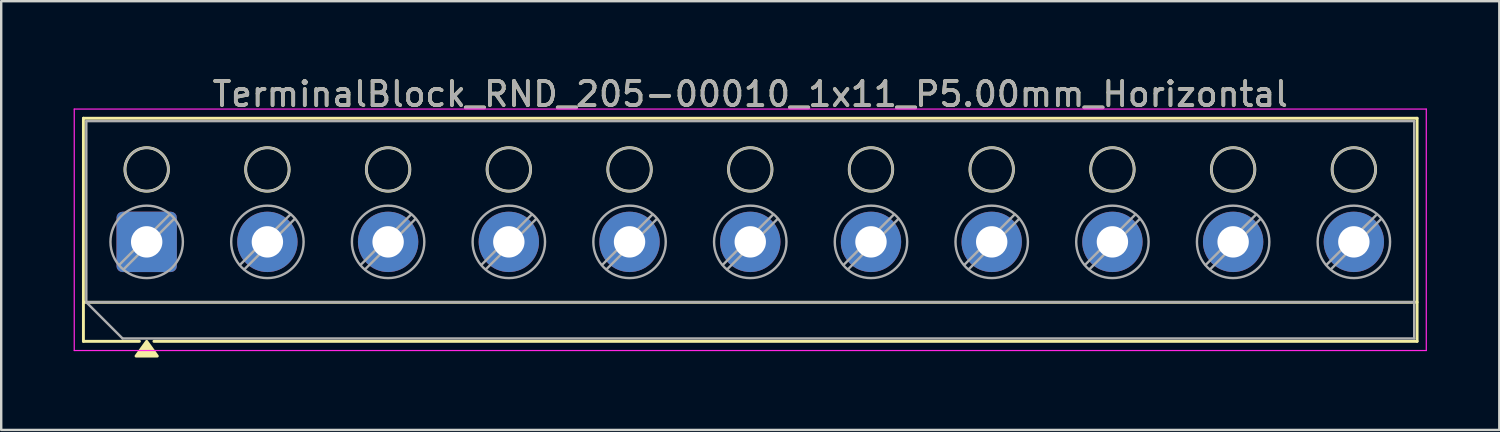
<source format=kicad_pcb>
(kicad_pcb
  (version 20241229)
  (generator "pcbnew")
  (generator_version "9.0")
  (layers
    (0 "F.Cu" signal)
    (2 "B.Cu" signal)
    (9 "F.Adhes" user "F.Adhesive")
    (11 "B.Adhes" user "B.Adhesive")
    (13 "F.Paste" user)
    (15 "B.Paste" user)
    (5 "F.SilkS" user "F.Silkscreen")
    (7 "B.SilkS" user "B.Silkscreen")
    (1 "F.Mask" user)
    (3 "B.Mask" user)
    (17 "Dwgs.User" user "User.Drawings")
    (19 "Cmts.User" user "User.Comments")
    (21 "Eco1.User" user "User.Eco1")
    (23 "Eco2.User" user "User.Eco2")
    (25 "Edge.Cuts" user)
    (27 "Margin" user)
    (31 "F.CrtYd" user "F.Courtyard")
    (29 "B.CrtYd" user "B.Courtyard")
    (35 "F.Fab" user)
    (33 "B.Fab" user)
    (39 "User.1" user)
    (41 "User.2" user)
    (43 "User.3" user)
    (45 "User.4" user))
  (footprint "TerminalBlock_RND_205-00010_1x11_P5.00mm_Horizontal"
    (layer "F.Cu")
    (at 3.025 6.968)
    (property "Reference" "TerminalBlock_RND_205-00010_1x11_P5.00mm_Horizontal" (at 25 -6.12 0) (layer "F.SilkS") (effects (font (size 1 1) (thickness 0.15))))
    (attr through_hole)
    (fp_line (start -2.62 -5.12) (end 52.62 -5.12) (stroke (width 0.12) (type solid)) (layer "F.SilkS"))
    (fp_line (start -2.62 2.5) (end 52.62 2.5) (stroke (width 0.12) (type solid)) (layer "F.SilkS"))
    (fp_line (start -2.62 4.12) (end -2.62 -5.12) (stroke (width 0.12) (type solid)) (layer "F.SilkS"))
    (fp_line (start -0.3 4.12) (end -2.62 4.12) (stroke (width 0.12) (type solid)) (layer "F.SilkS"))
    (fp_line (start 52.62 -5.12) (end 52.62 4.12) (stroke (width 0.12) (type solid)) (layer "F.SilkS"))
    (fp_line (start 52.62 4.12) (end 0.3 4.12) (stroke (width 0.12) (type solid)) (layer "F.SilkS"))
    (fp_circle (center 0 -3) (end 0.9 -3) (stroke (width 0.12) (type solid)) (fill no) (layer "F.SilkS"))
    (fp_circle (center 5 -3) (end 5.9 -3) (stroke (width 0.12) (type solid)) (fill no) (layer "F.SilkS"))
    (fp_circle (center 10 -3) (end 10.9 -3) (stroke (width 0.12) (type solid)) (fill no) (layer "F.SilkS"))
    (fp_circle (center 15 -3) (end 15.9 -3) (stroke (width 0.12) (type solid)) (fill no) (layer "F.SilkS"))
    (fp_circle (center 20 -3) (end 20.9 -3) (stroke (width 0.12) (type solid)) (fill no) (layer "F.SilkS"))
    (fp_circle (center 25 -3) (end 25.9 -3) (stroke (width 0.12) (type solid)) (fill no) (layer "F.SilkS"))
    (fp_circle (center 30 -3) (end 30.9 -3) (stroke (width 0.12) (type solid)) (fill no) (layer "F.SilkS"))
    (fp_circle (center 35 -3) (end 35.9 -3) (stroke (width 0.12) (type solid)) (fill no) (layer "F.SilkS"))
    (fp_circle (center 40 -3) (end 40.9 -3) (stroke (width 0.12) (type solid)) (fill no) (layer "F.SilkS"))
    (fp_circle (center 45 -3) (end 45.9 -3) (stroke (width 0.12) (type solid)) (fill no) (layer "F.SilkS"))
    (fp_circle (center 50 -3) (end 50.9 -3) (stroke (width 0.12) (type solid)) (fill no) (layer "F.SilkS"))
    (fp_poly (pts (xy 0 4.12) (xy 0.44 4.73) (xy -0.44 4.73)) (stroke (width 0.12) (type solid)) (fill yes) (layer "F.SilkS"))
    (fp_line (start -3 -5.5) (end -3 4.5) (stroke (width 0.05) (type solid)) (layer "F.CrtYd"))
    (fp_line (start -3 4.5) (end 53 4.5) (stroke (width 0.05) (type solid)) (layer "F.CrtYd"))
    (fp_line (start 53 -5.5) (end -3 -5.5) (stroke (width 0.05) (type solid)) (layer "F.CrtYd"))
    (fp_line (start 53 4.5) (end 53 -5.5) (stroke (width 0.05) (type solid)) (layer "F.CrtYd"))
    (fp_line (start -2.5 -5) (end 52.5 -5) (stroke (width 0.1) (type solid)) (layer "F.Fab"))
    (fp_line (start -2.5 2.5) (end -2.5 -5) (stroke (width 0.1) (type solid)) (layer "F.Fab"))
    (fp_line (start -2.5 2.5) (end 52.5 2.5) (stroke (width 0.1) (type solid)) (layer "F.Fab"))
    (fp_line (start -1 4) (end -2.5 2.5) (stroke (width 0.1) (type solid)) (layer "F.Fab"))
    (fp_line (start 0.955 -1.138) (end -1.138 0.955) (stroke (width 0.1) (type solid)) (layer "F.Fab"))
    (fp_line (start 1.138 -0.955) (end -0.955 1.138) (stroke (width 0.1) (type solid)) (layer "F.Fab"))
    (fp_line (start 5.955 -1.138) (end 3.862 0.955) (stroke (width 0.1) (type solid)) (layer "F.Fab"))
    (fp_line (start 6.138 -0.955) (end 4.045 1.138) (stroke (width 0.1) (type solid)) (layer "F.Fab"))
    (fp_line (start 10.955 -1.138) (end 8.862 0.955) (stroke (width 0.1) (type solid)) (layer "F.Fab"))
    (fp_line (start 11.138 -0.955) (end 9.045 1.138) (stroke (width 0.1) (type solid)) (layer "F.Fab"))
    (fp_line (start 15.955 -1.138) (end 13.862 0.955) (stroke (width 0.1) (type solid)) (layer "F.Fab"))
    (fp_line (start 16.138 -0.955) (end 14.045 1.138) (stroke (width 0.1) (type solid)) (layer "F.Fab"))
    (fp_line (start 20.955 -1.138) (end 18.862 0.955) (stroke (width 0.1) (type solid)) (layer "F.Fab"))
    (fp_line (start 21.138 -0.955) (end 19.045 1.138) (stroke (width 0.1) (type solid)) (layer "F.Fab"))
    (fp_line (start 25.955 -1.138) (end 23.862 0.955) (stroke (width 0.1) (type solid)) (layer "F.Fab"))
    (fp_line (start 26.138 -0.955) (end 24.045 1.138) (stroke (width 0.1) (type solid)) (layer "F.Fab"))
    (fp_line (start 30.955 -1.138) (end 28.862 0.955) (stroke (width 0.1) (type solid)) (layer "F.Fab"))
    (fp_line (start 31.138 -0.955) (end 29.045 1.138) (stroke (width 0.1) (type solid)) (layer "F.Fab"))
    (fp_line (start 35.955 -1.138) (end 33.862 0.955) (stroke (width 0.1) (type solid)) (layer "F.Fab"))
    (fp_line (start 36.138 -0.955) (end 34.045 1.138) (stroke (width 0.1) (type solid)) (layer "F.Fab"))
    (fp_line (start 40.955 -1.138) (end 38.862 0.955) (stroke (width 0.1) (type solid)) (layer "F.Fab"))
    (fp_line (start 41.138 -0.955) (end 39.045 1.138) (stroke (width 0.1) (type solid)) (layer "F.Fab"))
    (fp_line (start 45.955 -1.138) (end 43.862 0.955) (stroke (width 0.1) (type solid)) (layer "F.Fab"))
    (fp_line (start 46.138 -0.955) (end 44.045 1.138) (stroke (width 0.1) (type solid)) (layer "F.Fab"))
    (fp_line (start 50.955 -1.138) (end 48.862 0.955) (stroke (width 0.1) (type solid)) (layer "F.Fab"))
    (fp_line (start 51.138 -0.955) (end 49.045 1.138) (stroke (width 0.1) (type solid)) (layer "F.Fab"))
    (fp_line (start 52.5 -5) (end 52.5 4) (stroke (width 0.1) (type solid)) (layer "F.Fab"))
    (fp_line (start 52.5 4) (end -1 4) (stroke (width 0.1) (type solid)) (layer "F.Fab"))
    (fp_circle (center 0 -3) (end 0.9 -3) (stroke (width 0.1) (type solid)) (fill no) (layer "F.Fab"))
    (fp_circle (center 0 0) (end 1.5 0) (stroke (width 0.1) (type solid)) (fill no) (layer "F.Fab"))
    (fp_circle (center 5 -3) (end 5.9 -3) (stroke (width 0.1) (type solid)) (fill no) (layer "F.Fab"))
    (fp_circle (center 5 0) (end 6.5 0) (stroke (width 0.1) (type solid)) (fill no) (layer "F.Fab"))
    (fp_circle (center 10 -3) (end 10.9 -3) (stroke (width 0.1) (type solid)) (fill no) (layer "F.Fab"))
    (fp_circle (center 10 0) (end 11.5 0) (stroke (width 0.1) (type solid)) (fill no) (layer "F.Fab"))
    (fp_circle (center 15 -3) (end 15.9 -3) (stroke (width 0.1) (type solid)) (fill no) (layer "F.Fab"))
    (fp_circle (center 15 0) (end 16.5 0) (stroke (width 0.1) (type solid)) (fill no) (layer "F.Fab"))
    (fp_circle (center 20 -3) (end 20.9 -3) (stroke (width 0.1) (type solid)) (fill no) (layer "F.Fab"))
    (fp_circle (center 20 0) (end 21.5 0) (stroke (width 0.1) (type solid)) (fill no) (layer "F.Fab"))
    (fp_circle (center 25 -3) (end 25.9 -3) (stroke (width 0.1) (type solid)) (fill no) (layer "F.Fab"))
    (fp_circle (center 25 0) (end 26.5 0) (stroke (width 0.1) (type solid)) (fill no) (layer "F.Fab"))
    (fp_circle (center 30 -3) (end 30.9 -3) (stroke (width 0.1) (type solid)) (fill no) (layer "F.Fab"))
    (fp_circle (center 30 0) (end 31.5 0) (stroke (width 0.1) (type solid)) (fill no) (layer "F.Fab"))
    (fp_circle (center 35 -3) (end 35.9 -3) (stroke (width 0.1) (type solid)) (fill no) (layer "F.Fab"))
    (fp_circle (center 35 0) (end 36.5 0) (stroke (width 0.1) (type solid)) (fill no) (layer "F.Fab"))
    (fp_circle (center 40 -3) (end 40.9 -3) (stroke (width 0.1) (type solid)) (fill no) (layer "F.Fab"))
    (fp_circle (center 40 0) (end 41.5 0) (stroke (width 0.1) (type solid)) (fill no) (layer "F.Fab"))
    (fp_circle (center 45 -3) (end 45.9 -3) (stroke (width 0.1) (type solid)) (fill no) (layer "F.Fab"))
    (fp_circle (center 45 0) (end 46.5 0) (stroke (width 0.1) (type solid)) (fill no) (layer "F.Fab"))
    (fp_circle (center 50 -3) (end 50.9 -3) (stroke (width 0.1) (type solid)) (fill no) (layer "F.Fab"))
    (fp_circle (center 50 0) (end 51.5 0) (stroke (width 0.1) (type solid)) (fill no) (layer "F.Fab"))
    (fp_text user "${REFERENCE}" (at 25 -6.12 0) (layer "F.Fab") (effects (font (size 1 1) (thickness 0.15))))
    (pad "1" thru_hole roundrect (at 0 0) (size 2.5 2.5) (drill 1.3) (layers "*.Cu" "*.Mask") (roundrect_rratio 0.1))
    (pad "2" thru_hole circle (at 5 0) (size 2.5 2.5) (drill 1.3) (layers "*.Cu" "*.Mask"))
    (pad "3" thru_hole circle (at 10 0) (size 2.5 2.5) (drill 1.3) (layers "*.Cu" "*.Mask"))
    (pad "4" thru_hole circle (at 15 0) (size 2.5 2.5) (drill 1.3) (layers "*.Cu" "*.Mask"))
    (pad "5" thru_hole circle (at 20 0) (size 2.5 2.5) (drill 1.3) (layers "*.Cu" "*.Mask"))
    (pad "6" thru_hole circle (at 25 0) (size 2.5 2.5) (drill 1.3) (layers "*.Cu" "*.Mask"))
    (pad "7" thru_hole circle (at 30 0) (size 2.5 2.5) (drill 1.3) (layers "*.Cu" "*.Mask"))
    (pad "8" thru_hole circle (at 35 0) (size 2.5 2.5) (drill 1.3) (layers "*.Cu" "*.Mask"))
    (pad "9" thru_hole circle (at 40 0) (size 2.5 2.5) (drill 1.3) (layers "*.Cu" "*.Mask"))
    (pad "10" thru_hole circle (at 45 0) (size 2.5 2.5) (drill 1.3) (layers "*.Cu" "*.Mask"))
    (pad "11" thru_hole circle (at 50 0) (size 2.5 2.5) (drill 1.3) (layers "*.Cu" "*.Mask")))
  (gr_rect
    (start -3 -3)
    (end 59.05 14.758)
    (stroke (width 0.1) (type default))
    (fill no)
    (layer "Edge.Cuts")))
</source>
